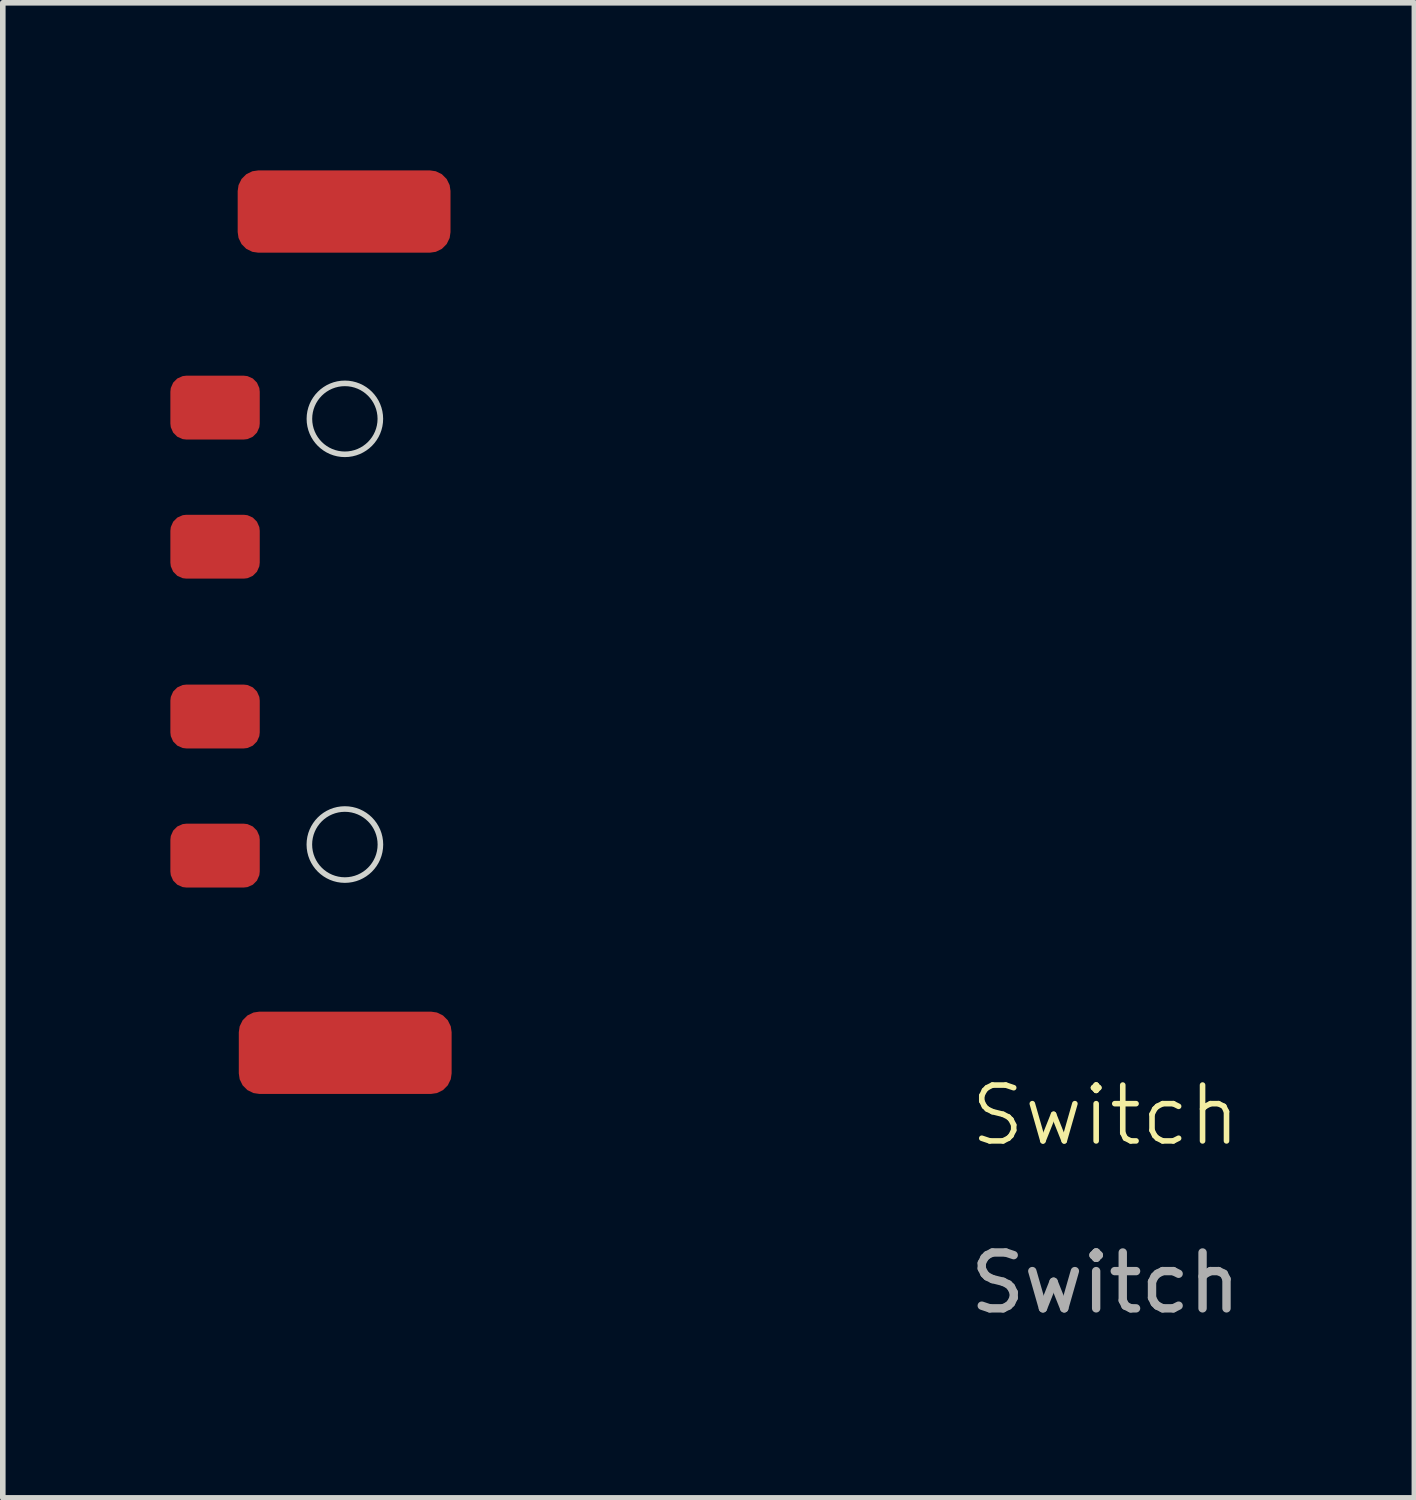
<source format=kicad_pcb>
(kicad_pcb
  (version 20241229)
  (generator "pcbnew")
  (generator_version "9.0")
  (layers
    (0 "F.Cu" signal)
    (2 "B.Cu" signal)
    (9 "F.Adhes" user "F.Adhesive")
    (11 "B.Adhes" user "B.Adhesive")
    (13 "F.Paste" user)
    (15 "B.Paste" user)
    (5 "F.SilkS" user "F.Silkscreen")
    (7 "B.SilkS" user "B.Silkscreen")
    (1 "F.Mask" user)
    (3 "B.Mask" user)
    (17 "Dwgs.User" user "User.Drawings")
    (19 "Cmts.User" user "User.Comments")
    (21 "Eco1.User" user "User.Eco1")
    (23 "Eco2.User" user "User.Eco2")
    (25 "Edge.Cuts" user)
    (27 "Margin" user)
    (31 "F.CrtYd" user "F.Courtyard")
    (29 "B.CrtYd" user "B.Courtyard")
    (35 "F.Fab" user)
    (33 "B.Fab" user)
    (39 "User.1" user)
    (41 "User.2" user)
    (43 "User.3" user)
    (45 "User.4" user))
  (footprint "Switch"
    (layer "F.Cu")
    (at 16.74 17.417)
    (property "Reference" "Switch" (at 0 -0.5 0) (unlocked yes) (layer "F.SilkS") (effects (font (size 1 1) (thickness 0.1))))
    (attr smd)
    (fp_circle (center -13.616 -12.969) (end -13.616 -13.604) (stroke (width 0.1) (type default)) (fill no) (layer "Edge.Cuts"))
    (fp_circle (center -13.616 -5.348) (end -13.616 -5.984) (stroke (width 0.1) (type default)) (fill no) (layer "Edge.Cuts"))
    (fp_text user "${REFERENCE}" (at 0 2.5 0) (unlocked yes) (layer "F.Fab") (effects (font (size 1 1) (thickness 0.15))))
    (pad "1" smd roundrect (at -13.63 -16.68 180) (size 3.81 1.473) (layers "F.Cu" "F.Mask" "F.Paste") (roundrect_rratio 0.25))
    (pad "2" smd roundrect (at -13.61 -1.62 180) (size 3.81 1.473) (layers "F.Cu" "F.Mask" "F.Paste") (roundrect_rratio 0.25))
    (pad "3" smd roundrect (at -15.94 -13.17 180) (size 1.6 1.143) (layers "F.Cu" "F.Mask" "F.Paste") (roundrect_rratio 0.25))
    (pad "4" smd roundrect (at -15.94 -10.68 180) (size 1.6 1.143) (layers "F.Cu" "F.Mask" "F.Paste") (roundrect_rratio 0.25))
    (pad "5" smd roundrect (at -15.94 -7.64 180) (size 1.6 1.143) (layers "F.Cu" "F.Mask" "F.Paste") (roundrect_rratio 0.25))
    (pad "6" smd roundrect (at -15.94 -5.15 180) (size 1.6 1.143) (layers "F.Cu" "F.Mask" "F.Paste") (roundrect_rratio 0.25)))
  (gr_rect
    (start -3 -3)
    (end 22.27 23.765)
    (stroke (width 0.1) (type default))
    (fill no)
    (layer "Edge.Cuts")))
</source>
